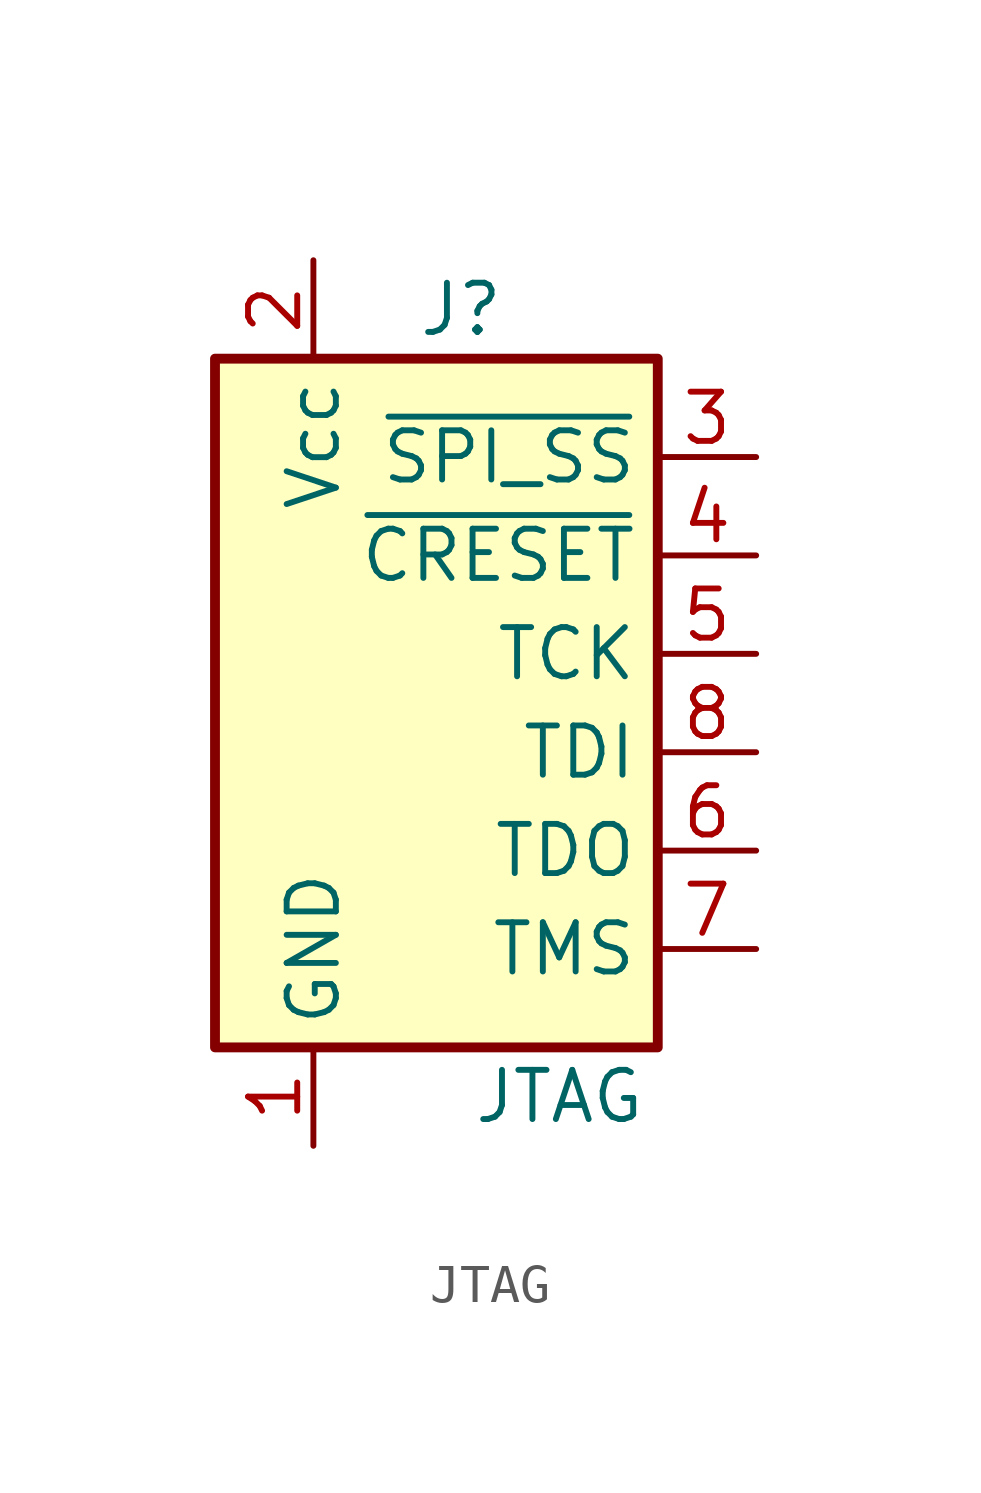
<source format=kicad_sym>
(kicad_symbol_lib
  (version 20220914)
  (generator kicad_symbol_editor)
  (symbol "JTAG"
    (property "Reference" "J"
      (at 3.81 10.16 0)
      (effects (font (size 1.27 1.27))))
    (property "Value" "JTAG"
      (at 6.35 -10.16 0)
      (effects (font (size 1.27 1.27))))
    (symbol "JTAG_1_1"
      (rectangle (start -2.54 8.89) (end 8.89 -8.89) (stroke (width 0.254) (type default)) (fill (type background)))
      (pin power_in line (at 0 -11.43 90) (length 2.54) (name "GND" (effects (font (size 1.27 1.27)))) (number "1" (effects (font (size 1.27 1.27)))))
      (pin power_in line (at 0 11.43 270) (length 2.54) (name "Vcc" (effects (font (size 1.27 1.27)))) (number "2" (effects (font (size 1.27 1.27)))))
      (pin input line (at 11.43 6.35 180) (length 2.54) (name "~{SPI_SS}" (effects (font (size 1.27 1.27)))) (number "3" (effects (font (size 1.27 1.27)))))
      (pin input line (at 11.43 3.81 180) (length 2.54) (name "~{CRESET}" (effects (font (size 1.27 1.27)))) (number "4" (effects (font (size 1.27 1.27)))))
      (pin input line (at 11.43 1.27 180) (length 2.54) (name "TCK" (effects (font (size 1.27 1.27)))) (number "5" (effects (font (size 1.27 1.27)))))
      (pin output line (at 11.43 -3.81 180) (length 2.54) (name "TDO" (effects (font (size 1.27 1.27)))) (number "6" (effects (font (size 1.27 1.27)))))
      (pin input line (at 11.43 -6.35 180) (length 2.54) (name "TMS" (effects (font (size 1.27 1.27)))) (number "7" (effects (font (size 1.27 1.27)))))
      (pin input line (at 11.43 -1.27 180) (length 2.54) (name "TDI" (effects (font (size 1.27 1.27)))) (number "8" (effects (font (size 1.27 1.27))))))))
</source>
